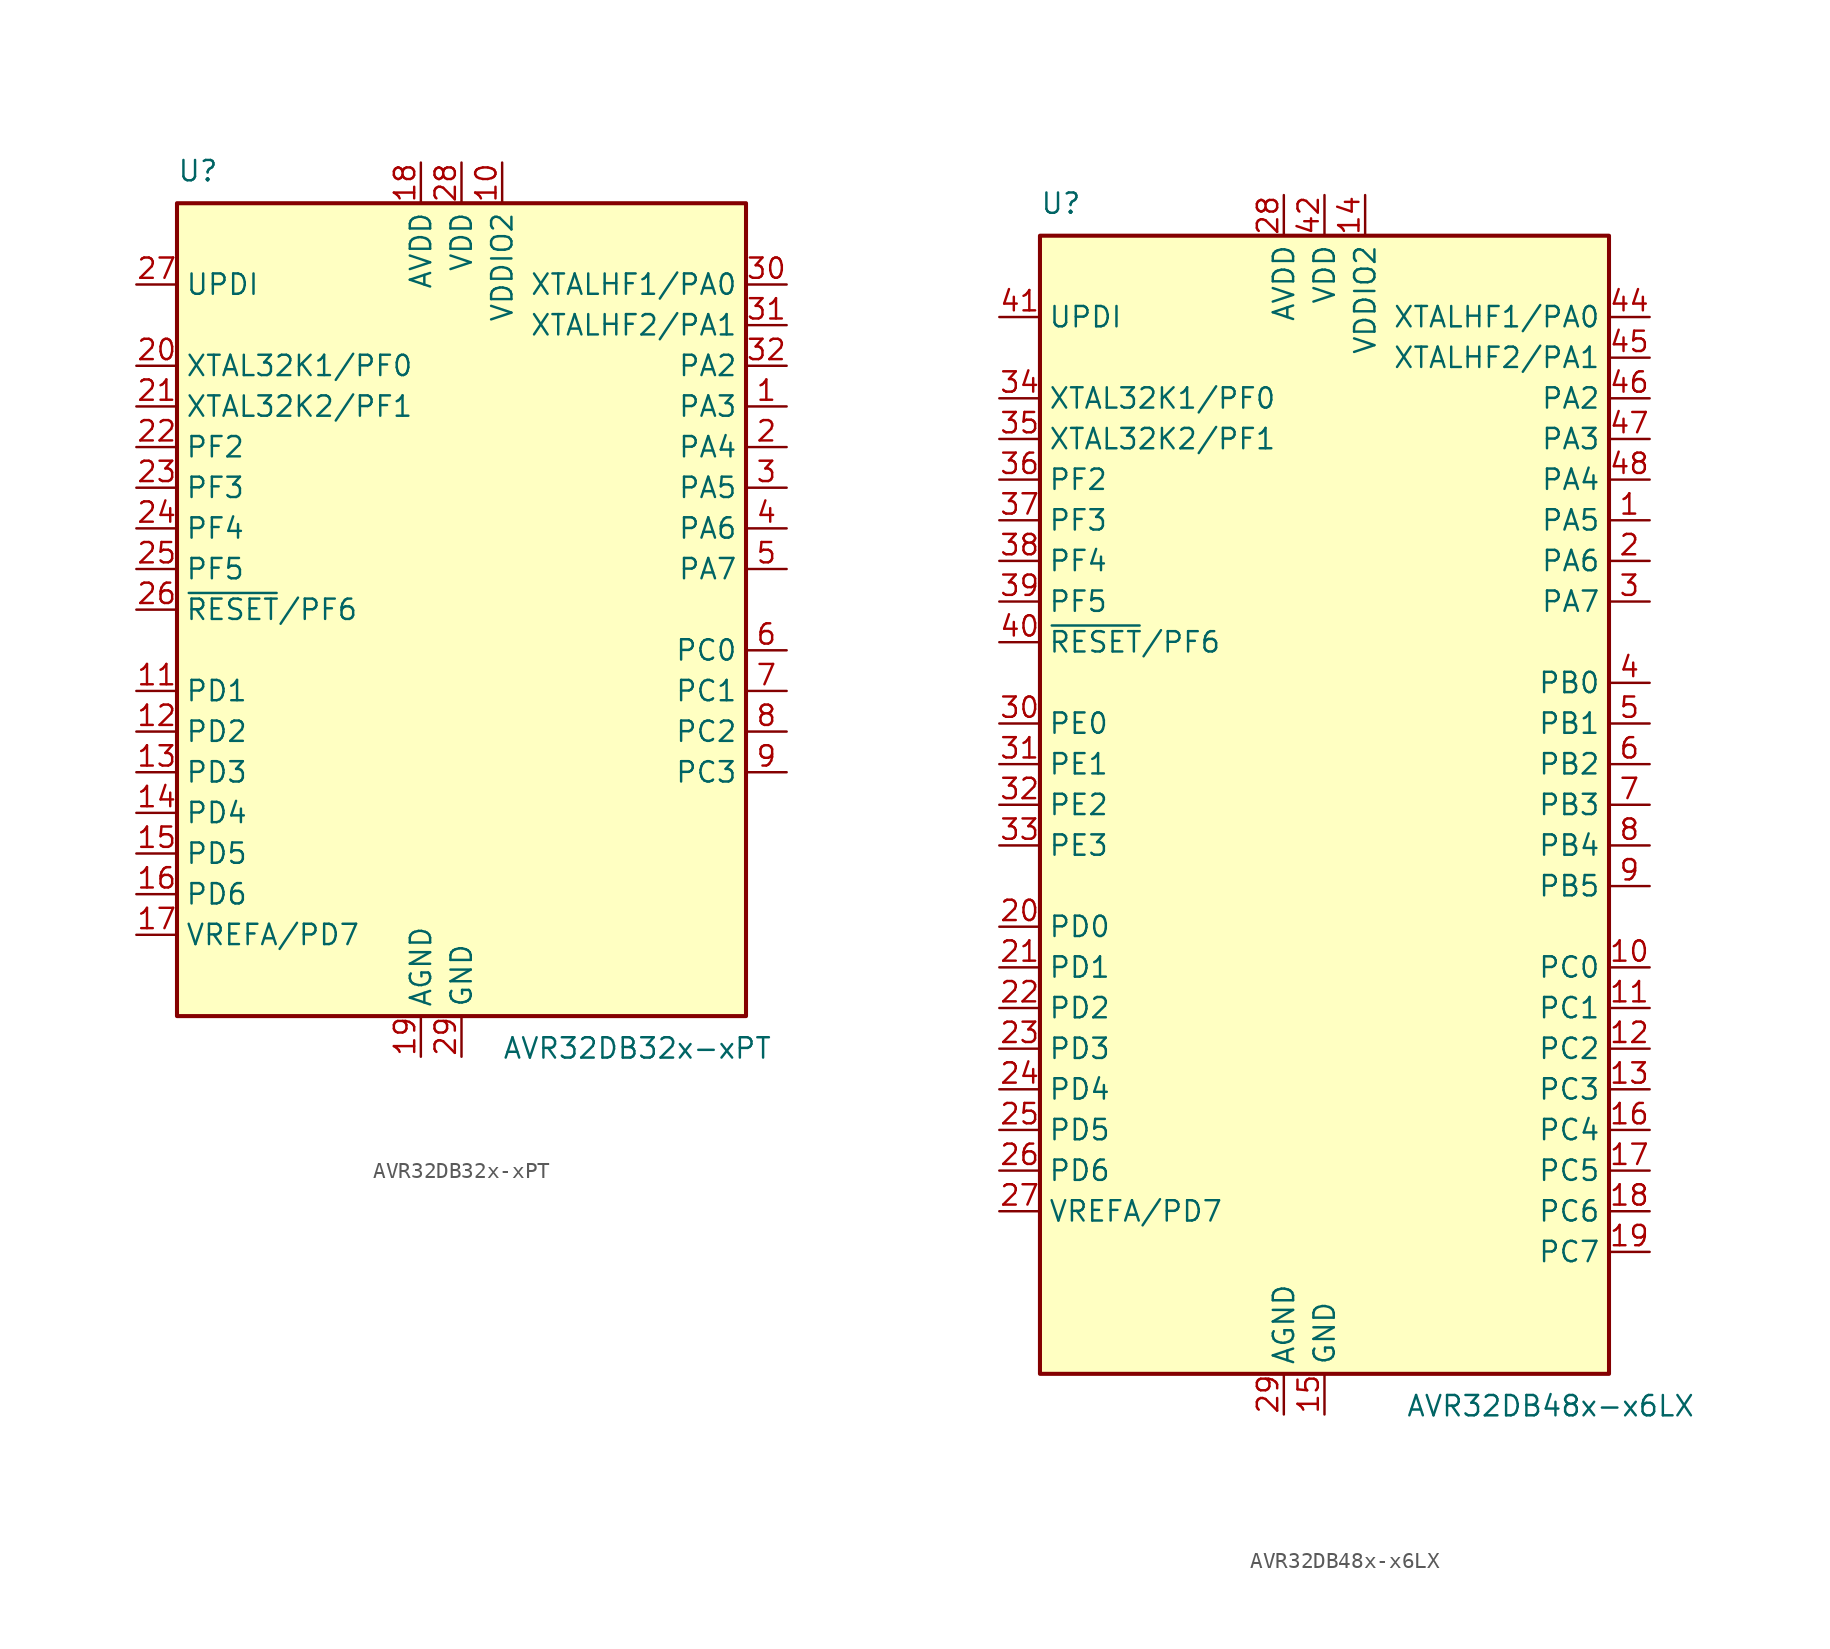
<source format=kicad_sym>
(kicad_symbol_lib
  (version 20211014)
  (generator kicad_symbol_editor)
  (symbol "AVR32DB32x-xPT"
    (property "Reference" "U"
      (at -17.78 26.67 0)
      (effects (font (size 1.27 1.27)) (justify left bottom)))
    (property "Value" "AVR32DB32x-xPT"
      (at 2.54 -26.67 0)
      (effects (font (size 1.27 1.27)) (justify left top)))
    (symbol "AVR32DB32x-xPT_0_1"
      (rectangle (start -17.78 25.4) (end 17.78 -25.4) (stroke (width 0.254) (type default) (color 0 0 0 0)) (fill (type background))))
    (symbol "AVR32DB32x-xPT_1_1"
      (pin bidirectional line (at 20.32 20.32 180) (length 2.54) (name "XTALHF1/PA0" (effects (font (size 1.27 1.27)))) (number "30" (effects (font (size 1.27 1.27)))))
      (pin bidirectional line (at 20.32 17.78 180) (length 2.54) (name "XTALHF2/PA1" (effects (font (size 1.27 1.27)))) (number "31" (effects (font (size 1.27 1.27)))))
      (pin bidirectional line (at 20.32 15.24 180) (length 2.54) (name "PA2" (effects (font (size 1.27 1.27)))) (number "32" (effects (font (size 1.27 1.27)))))
      (pin bidirectional line (at 20.32 12.70 180) (length 2.54) (name "PA3" (effects (font (size 1.27 1.27)))) (number "1" (effects (font (size 1.27 1.27)))))
      (pin bidirectional line (at 20.32 10.16 180) (length 2.54) (name "PA4" (effects (font (size 1.27 1.27)))) (number "2" (effects (font (size 1.27 1.27)))))
      (pin bidirectional line (at 20.32 7.62 180) (length 2.54) (name "PA5" (effects (font (size 1.27 1.27)))) (number "3" (effects (font (size 1.27 1.27)))))
      (pin bidirectional line (at 20.32 5.08 180) (length 2.54) (name "PA6" (effects (font (size 1.27 1.27)))) (number "4" (effects (font (size 1.27 1.27)))))
      (pin bidirectional line (at 20.32 2.54 180) (length 2.54) (name "PA7" (effects (font (size 1.27 1.27)))) (number "5" (effects (font (size 1.27 1.27)))))
      (pin bidirectional line (at 20.32 -2.54 180) (length 2.54) (name "PC0" (effects (font (size 1.27 1.27)))) (number "6" (effects (font (size 1.27 1.27)))))
      (pin bidirectional line (at 20.32 -5.08 180) (length 2.54) (name "PC1" (effects (font (size 1.27 1.27)))) (number "7" (effects (font (size 1.27 1.27)))))
      (pin bidirectional line (at 20.32 -7.62 180) (length 2.54) (name "PC2" (effects (font (size 1.27 1.27)))) (number "8" (effects (font (size 1.27 1.27)))))
      (pin bidirectional line (at 20.32 -10.16 180) (length 2.54) (name "PC3" (effects (font (size 1.27 1.27)))) (number "9" (effects (font (size 1.27 1.27)))))
      (pin input line (at -20.32 20.32 0) (length 2.54) (name "UPDI" (effects (font (size 1.27 1.27)))) (number "27" (effects (font (size 1.27 1.27)))))
      (pin bidirectional line (at -20.32 15.24 0) (length 2.54) (name "XTAL32K1/PF0" (effects (font (size 1.27 1.27)))) (number "20" (effects (font (size 1.27 1.27)))))
      (pin bidirectional line (at -20.32 12.70 0) (length 2.54) (name "XTAL32K2/PF1" (effects (font (size 1.27 1.27)))) (number "21" (effects (font (size 1.27 1.27)))))
      (pin bidirectional line (at -20.32 10.16 0) (length 2.54) (name "PF2" (effects (font (size 1.27 1.27)))) (number "22" (effects (font (size 1.27 1.27)))))
      (pin bidirectional line (at -20.32 7.62 0) (length 2.54) (name "PF3" (effects (font (size 1.27 1.27)))) (number "23" (effects (font (size 1.27 1.27)))))
      (pin bidirectional line (at -20.32 5.08 0) (length 2.54) (name "PF4" (effects (font (size 1.27 1.27)))) (number "24" (effects (font (size 1.27 1.27)))))
      (pin bidirectional line (at -20.32 2.54 0) (length 2.54) (name "PF5" (effects (font (size 1.27 1.27)))) (number "25" (effects (font (size 1.27 1.27)))))
      (pin bidirectional line (at -20.32 0.00 0) (length 2.54) (name "~{RESET}/PF6" (effects (font (size 1.27 1.27)))) (number "26" (effects (font (size 1.27 1.27)))))
      (pin bidirectional line (at -20.32 -5.08 0) (length 2.54) (name "PD1" (effects (font (size 1.27 1.27)))) (number "11" (effects (font (size 1.27 1.27)))))
      (pin bidirectional line (at -20.32 -7.62 0) (length 2.54) (name "PD2" (effects (font (size 1.27 1.27)))) (number "12" (effects (font (size 1.27 1.27)))))
      (pin bidirectional line (at -20.32 -10.16 0) (length 2.54) (name "PD3" (effects (font (size 1.27 1.27)))) (number "13" (effects (font (size 1.27 1.27)))))
      (pin bidirectional line (at -20.32 -12.70 0) (length 2.54) (name "PD4" (effects (font (size 1.27 1.27)))) (number "14" (effects (font (size 1.27 1.27)))))
      (pin bidirectional line (at -20.32 -15.24 0) (length 2.54) (name "PD5" (effects (font (size 1.27 1.27)))) (number "15" (effects (font (size 1.27 1.27)))))
      (pin bidirectional line (at -20.32 -17.78 0) (length 2.54) (name "PD6" (effects (font (size 1.27 1.27)))) (number "16" (effects (font (size 1.27 1.27)))))
      (pin bidirectional line (at -20.32 -20.32 0) (length 2.54) (name "VREFA/PD7" (effects (font (size 1.27 1.27)))) (number "17" (effects (font (size 1.27 1.27)))))
      (pin power_in line (at -2.54 27.94 270) (length 2.54) (name "AVDD" (effects (font (size 1.27 1.27)))) (number "18" (effects (font (size 1.27 1.27)))))
      (pin power_in line (at 0.00 27.94 270) (length 2.54) (name "VDD" (effects (font (size 1.27 1.27)))) (number "28" (effects (font (size 1.27 1.27)))))
      (pin power_in line (at 2.54 27.94 270) (length 2.54) (name "VDDIO2" (effects (font (size 1.27 1.27)))) (number "10" (effects (font (size 1.27 1.27)))))
      (pin power_in line (at -2.54 -27.94 90) (length 2.54) (name "AGND" (effects (font (size 1.27 1.27)))) (number "19" (effects (font (size 1.27 1.27)))))
      (pin power_in line (at 0.00 -27.94 90) (length 2.54) (name "GND" (effects (font (size 1.27 1.27)))) (number "29" (effects (font (size 1.27 1.27)))))))
  (symbol "AVR32DB48x-x6LX"
    (property "Reference" "U"
      (at -17.78 36.83 0)
      (effects (font (size 1.27 1.27)) (justify left bottom)))
    (property "Value" "AVR32DB48x-x6LX"
      (at 5.08 -36.83 0)
      (effects (font (size 1.27 1.27)) (justify left top)))
    (symbol "AVR32DB48x-x6LX_0_1"
      (rectangle (start -17.78 35.56) (end 17.78 -35.56) (stroke (width 0.254) (type default) (color 0 0 0 0)) (fill (type background))))
    (symbol "AVR32DB48x-x6LX_1_1"
      (pin bidirectional line (at 20.32 30.48 180) (length 2.54) (name "XTALHF1/PA0" (effects (font (size 1.27 1.27)))) (number "44" (effects (font (size 1.27 1.27)))))
      (pin bidirectional line (at 20.32 27.94 180) (length 2.54) (name "XTALHF2/PA1" (effects (font (size 1.27 1.27)))) (number "45" (effects (font (size 1.27 1.27)))))
      (pin bidirectional line (at 20.32 25.40 180) (length 2.54) (name "PA2" (effects (font (size 1.27 1.27)))) (number "46" (effects (font (size 1.27 1.27)))))
      (pin bidirectional line (at 20.32 22.86 180) (length 2.54) (name "PA3" (effects (font (size 1.27 1.27)))) (number "47" (effects (font (size 1.27 1.27)))))
      (pin bidirectional line (at 20.32 20.32 180) (length 2.54) (name "PA4" (effects (font (size 1.27 1.27)))) (number "48" (effects (font (size 1.27 1.27)))))
      (pin bidirectional line (at 20.32 17.78 180) (length 2.54) (name "PA5" (effects (font (size 1.27 1.27)))) (number "1" (effects (font (size 1.27 1.27)))))
      (pin bidirectional line (at 20.32 15.24 180) (length 2.54) (name "PA6" (effects (font (size 1.27 1.27)))) (number "2" (effects (font (size 1.27 1.27)))))
      (pin bidirectional line (at 20.32 12.70 180) (length 2.54) (name "PA7" (effects (font (size 1.27 1.27)))) (number "3" (effects (font (size 1.27 1.27)))))
      (pin bidirectional line (at 20.32 7.62 180) (length 2.54) (name "PB0" (effects (font (size 1.27 1.27)))) (number "4" (effects (font (size 1.27 1.27)))))
      (pin bidirectional line (at 20.32 5.08 180) (length 2.54) (name "PB1" (effects (font (size 1.27 1.27)))) (number "5" (effects (font (size 1.27 1.27)))))
      (pin bidirectional line (at 20.32 2.54 180) (length 2.54) (name "PB2" (effects (font (size 1.27 1.27)))) (number "6" (effects (font (size 1.27 1.27)))))
      (pin bidirectional line (at 20.32 0.00 180) (length 2.54) (name "PB3" (effects (font (size 1.27 1.27)))) (number "7" (effects (font (size 1.27 1.27)))))
      (pin bidirectional line (at 20.32 -2.54 180) (length 2.54) (name "PB4" (effects (font (size 1.27 1.27)))) (number "8" (effects (font (size 1.27 1.27)))))
      (pin bidirectional line (at 20.32 -5.08 180) (length 2.54) (name "PB5" (effects (font (size 1.27 1.27)))) (number "9" (effects (font (size 1.27 1.27)))))
      (pin bidirectional line (at 20.32 -10.16 180) (length 2.54) (name "PC0" (effects (font (size 1.27 1.27)))) (number "10" (effects (font (size 1.27 1.27)))))
      (pin bidirectional line (at 20.32 -12.70 180) (length 2.54) (name "PC1" (effects (font (size 1.27 1.27)))) (number "11" (effects (font (size 1.27 1.27)))))
      (pin bidirectional line (at 20.32 -15.24 180) (length 2.54) (name "PC2" (effects (font (size 1.27 1.27)))) (number "12" (effects (font (size 1.27 1.27)))))
      (pin bidirectional line (at 20.32 -17.78 180) (length 2.54) (name "PC3" (effects (font (size 1.27 1.27)))) (number "13" (effects (font (size 1.27 1.27)))))
      (pin bidirectional line (at 20.32 -20.32 180) (length 2.54) (name "PC4" (effects (font (size 1.27 1.27)))) (number "16" (effects (font (size 1.27 1.27)))))
      (pin bidirectional line (at 20.32 -22.86 180) (length 2.54) (name "PC5" (effects (font (size 1.27 1.27)))) (number "17" (effects (font (size 1.27 1.27)))))
      (pin bidirectional line (at 20.32 -25.40 180) (length 2.54) (name "PC6" (effects (font (size 1.27 1.27)))) (number "18" (effects (font (size 1.27 1.27)))))
      (pin bidirectional line (at 20.32 -27.94 180) (length 2.54) (name "PC7" (effects (font (size 1.27 1.27)))) (number "19" (effects (font (size 1.27 1.27)))))
      (pin input line (at -20.32 30.48 0) (length 2.54) (name "UPDI" (effects (font (size 1.27 1.27)))) (number "41" (effects (font (size 1.27 1.27)))))
      (pin bidirectional line (at -20.32 25.40 0) (length 2.54) (name "XTAL32K1/PF0" (effects (font (size 1.27 1.27)))) (number "34" (effects (font (size 1.27 1.27)))))
      (pin bidirectional line (at -20.32 22.86 0) (length 2.54) (name "XTAL32K2/PF1" (effects (font (size 1.27 1.27)))) (number "35" (effects (font (size 1.27 1.27)))))
      (pin bidirectional line (at -20.32 20.32 0) (length 2.54) (name "PF2" (effects (font (size 1.27 1.27)))) (number "36" (effects (font (size 1.27 1.27)))))
      (pin bidirectional line (at -20.32 17.78 0) (length 2.54) (name "PF3" (effects (font (size 1.27 1.27)))) (number "37" (effects (font (size 1.27 1.27)))))
      (pin bidirectional line (at -20.32 15.24 0) (length 2.54) (name "PF4" (effects (font (size 1.27 1.27)))) (number "38" (effects (font (size 1.27 1.27)))))
      (pin bidirectional line (at -20.32 12.70 0) (length 2.54) (name "PF5" (effects (font (size 1.27 1.27)))) (number "39" (effects (font (size 1.27 1.27)))))
      (pin bidirectional line (at -20.32 10.16 0) (length 2.54) (name "~{RESET}/PF6" (effects (font (size 1.27 1.27)))) (number "40" (effects (font (size 1.27 1.27)))))
      (pin bidirectional line (at -20.32 5.08 0) (length 2.54) (name "PE0" (effects (font (size 1.27 1.27)))) (number "30" (effects (font (size 1.27 1.27)))))
      (pin bidirectional line (at -20.32 2.54 0) (length 2.54) (name "PE1" (effects (font (size 1.27 1.27)))) (number "31" (effects (font (size 1.27 1.27)))))
      (pin bidirectional line (at -20.32 0.00 0) (length 2.54) (name "PE2" (effects (font (size 1.27 1.27)))) (number "32" (effects (font (size 1.27 1.27)))))
      (pin bidirectional line (at -20.32 -2.54 0) (length 2.54) (name "PE3" (effects (font (size 1.27 1.27)))) (number "33" (effects (font (size 1.27 1.27)))))
      (pin bidirectional line (at -20.32 -7.62 0) (length 2.54) (name "PD0" (effects (font (size 1.27 1.27)))) (number "20" (effects (font (size 1.27 1.27)))))
      (pin bidirectional line (at -20.32 -10.16 0) (length 2.54) (name "PD1" (effects (font (size 1.27 1.27)))) (number "21" (effects (font (size 1.27 1.27)))))
      (pin bidirectional line (at -20.32 -12.70 0) (length 2.54) (name "PD2" (effects (font (size 1.27 1.27)))) (number "22" (effects (font (size 1.27 1.27)))))
      (pin bidirectional line (at -20.32 -15.24 0) (length 2.54) (name "PD3" (effects (font (size 1.27 1.27)))) (number "23" (effects (font (size 1.27 1.27)))))
      (pin bidirectional line (at -20.32 -17.78 0) (length 2.54) (name "PD4" (effects (font (size 1.27 1.27)))) (number "24" (effects (font (size 1.27 1.27)))))
      (pin bidirectional line (at -20.32 -20.32 0) (length 2.54) (name "PD5" (effects (font (size 1.27 1.27)))) (number "25" (effects (font (size 1.27 1.27)))))
      (pin bidirectional line (at -20.32 -22.86 0) (length 2.54) (name "PD6" (effects (font (size 1.27 1.27)))) (number "26" (effects (font (size 1.27 1.27)))))
      (pin bidirectional line (at -20.32 -25.40 0) (length 2.54) (name "VREFA/PD7" (effects (font (size 1.27 1.27)))) (number "27" (effects (font (size 1.27 1.27)))))
      (pin power_in line (at -2.54 38.10 270) (length 2.54) (name "AVDD" (effects (font (size 1.27 1.27)))) (number "28" (effects (font (size 1.27 1.27)))))
      (pin power_in line (at 0.00 38.10 270) (length 2.54) (name "VDD" (effects (font (size 1.27 1.27)))) (number "42" (effects (font (size 1.27 1.27)))))
      (pin power_in line (at 2.54 38.10 270) (length 2.54) (name "VDDIO2" (effects (font (size 1.27 1.27)))) (number "14" (effects (font (size 1.27 1.27)))))
      (pin power_in line (at -2.54 -38.10 90) (length 2.54) (name "AGND" (effects (font (size 1.27 1.27)))) (number "29" (effects (font (size 1.27 1.27)))))
      (pin power_in line (at 0.00 -38.10 90) (length 2.54) (name "GND" (effects (font (size 1.27 1.27)))) (number "15" (effects (font (size 1.27 1.27)))))
      (pin passive line (at 0.00 -38.10 90) (length 2.54) hide (name "GND" (effects (font (size 1.27 1.27)))) (number "43" (effects (font (size 1.27 1.27)))))
      (pin passive line (at 0.00 -38.10 90) (length 2.54) hide (name "GND" (effects (font (size 1.27 1.27)))) (number "49" (effects (font (size 1.27 1.27))))))))
</source>
